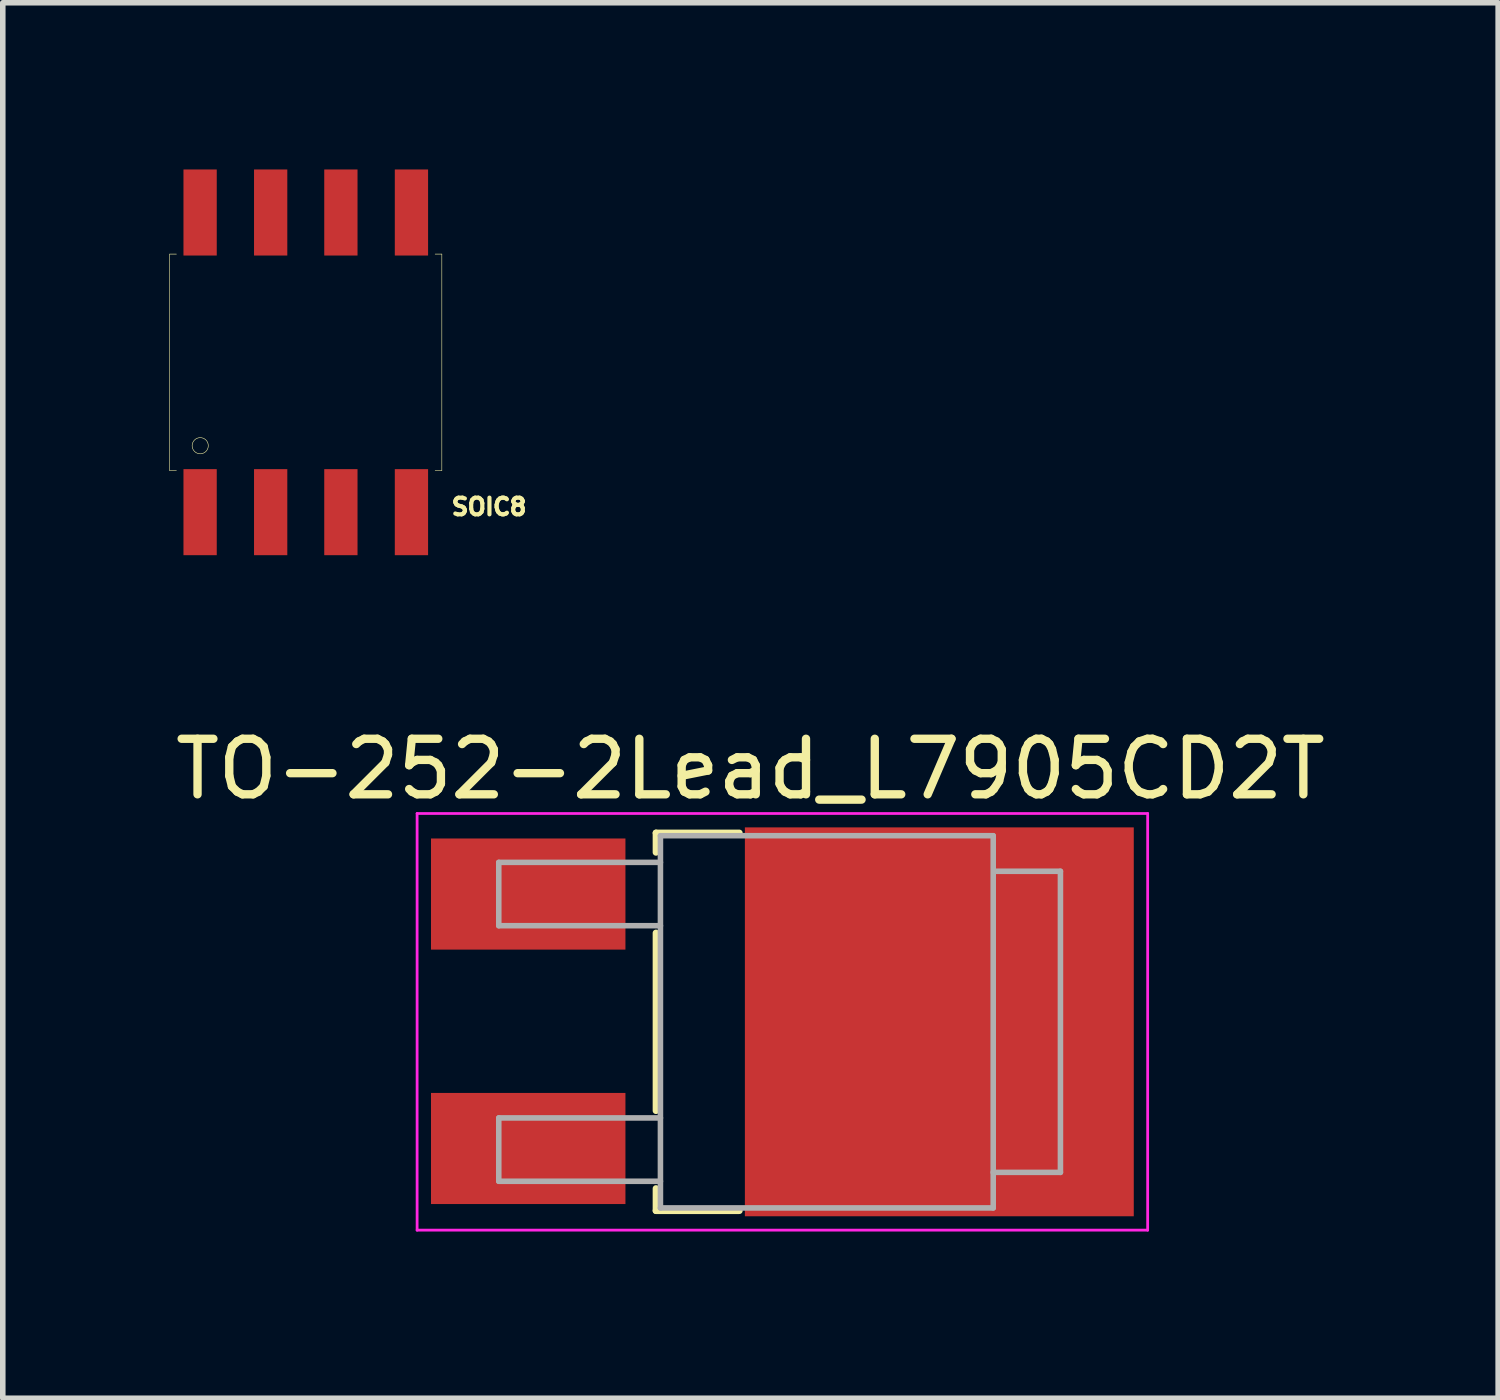
<source format=kicad_pcb>
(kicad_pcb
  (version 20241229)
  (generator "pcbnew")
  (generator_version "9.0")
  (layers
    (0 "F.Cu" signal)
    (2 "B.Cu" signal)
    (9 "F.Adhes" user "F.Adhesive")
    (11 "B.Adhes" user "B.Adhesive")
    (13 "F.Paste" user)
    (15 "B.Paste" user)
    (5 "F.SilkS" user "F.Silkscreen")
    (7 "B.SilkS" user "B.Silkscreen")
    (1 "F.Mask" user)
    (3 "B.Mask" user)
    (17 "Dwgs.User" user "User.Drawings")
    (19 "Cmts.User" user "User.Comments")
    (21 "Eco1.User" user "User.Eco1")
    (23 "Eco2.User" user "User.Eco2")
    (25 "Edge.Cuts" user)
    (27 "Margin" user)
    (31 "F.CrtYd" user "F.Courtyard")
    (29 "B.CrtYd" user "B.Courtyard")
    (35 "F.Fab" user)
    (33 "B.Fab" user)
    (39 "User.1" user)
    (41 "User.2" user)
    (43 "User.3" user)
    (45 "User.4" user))
  (footprint "TO-252-2Lead_L7905CD2T"
    (layer "F.Cu")
    (at 10.158 15.333)
    (property "Reference" "TO-252-2Lead_L7905CD2T" (at 0.3 -4.54 0) (layer "F.SilkS") (effects (font (size 1 1) (thickness 0.15))))
    (attr smd)
    (fp_line (start -1.4 -3.39) (end 0.1 -3.39) (stroke (width 0.12) (type solid)) (layer "F.SilkS"))
    (fp_line (start -1.4 -3.04) (end -1.4 -3.39) (stroke (width 0.12) (type solid)) (layer "F.SilkS"))
    (fp_line (start -1.4 1.61) (end -1.4 -1.59) (stroke (width 0.12) (type solid)) (layer "F.SilkS"))
    (fp_line (start -1.4 3.41) (end -1.4 3.01) (stroke (width 0.12) (type solid)) (layer "F.SilkS"))
    (fp_line (start 0.1 3.41) (end -1.4 3.41) (stroke (width 0.12) (type solid)) (layer "F.SilkS"))
    (fp_line (start -5.7 3.76) (end -5.7 -3.74) (stroke (width 0.05) (type solid)) (layer "F.CrtYd"))
    (fp_line (start -5.7 3.76) (end 7.45 3.76) (stroke (width 0.05) (type solid)) (layer "F.CrtYd"))
    (fp_line (start 7.45 -3.74) (end -5.7 -3.74) (stroke (width 0.05) (type solid)) (layer "F.CrtYd"))
    (fp_line (start 7.45 -3.74) (end 7.45 3.76) (stroke (width 0.05) (type solid)) (layer "F.CrtYd"))
    (fp_line (start -4.23 -2.86) (end -4.23 -1.72) (stroke (width 0.1) (type solid)) (layer "F.Fab"))
    (fp_line (start -4.23 -1.72) (end -1.32 -1.72) (stroke (width 0.1) (type solid)) (layer "F.Fab"))
    (fp_line (start -4.23 1.74) (end -4.23 2.88) (stroke (width 0.1) (type solid)) (layer "F.Fab"))
    (fp_line (start -4.23 2.88) (end -1.32 2.88) (stroke (width 0.1) (type solid)) (layer "F.Fab"))
    (fp_line (start -1.32 -2.86) (end -4.23 -2.86) (stroke (width 0.1) (type solid)) (layer "F.Fab"))
    (fp_line (start -1.32 1.74) (end -4.23 1.74) (stroke (width 0.1) (type solid)) (layer "F.Fab"))
    (fp_line (start -1.32 3.36) (end -1.32 -3.34) (stroke (width 0.1) (type solid)) (layer "F.Fab"))
    (fp_line (start -1.32 3.36) (end 4.67 3.36) (stroke (width 0.1) (type solid)) (layer "F.Fab"))
    (fp_line (start 4.67 -3.34) (end -1.32 -3.34) (stroke (width 0.1) (type solid)) (layer "F.Fab"))
    (fp_line (start 4.67 3.36) (end 4.67 -3.34) (stroke (width 0.1) (type solid)) (layer "F.Fab"))
    (fp_line (start 4.68 -2.7) (end 5.88 -2.7) (stroke (width 0.1) (type solid)) (layer "F.Fab"))
    (fp_line (start 5.88 -2.7) (end 5.88 2.72) (stroke (width 0.1) (type solid)) (layer "F.Fab"))
    (fp_line (start 5.88 2.72) (end 4.67 2.72) (stroke (width 0.1) (type solid)) (layer "F.Fab"))
    (pad "1" smd rect (at 3.7 0.01 270) (size 7 7) (layers "F.Cu" "F.Mask" "F.Paste"))
    (pad "2" smd rect (at -3.7 -2.29 270) (size 2 3.5) (layers "F.Cu" "F.Mask" "F.Paste"))
    (pad "3" smd rect (at -3.7 2.29 270) (size 2 3.5) (layers "F.Cu" "F.Mask" "F.Paste")))
  (footprint "SOIC8"
    (layer "F.Cu")
    (at 2.454 3.472)
    (property "Reference" "SOIC8" (at 3.299 2.601 0) (layer "F.SilkS") (effects (font (size 0.3 0.3) (thickness 0.076))))
    (attr through_hole)
    (fp_line (start -2.449 -1.948) (end -2.449 1.948) (stroke (width 0.01) (type solid)) (layer "F.SilkS"))
    (fp_line (start -2.449 -1.948) (end -2.329 -1.948) (stroke (width 0.01) (type solid)) (layer "F.SilkS"))
    (fp_line (start -2.449 1.948) (end -2.329 1.948) (stroke (width 0.01) (type solid)) (layer "F.SilkS"))
    (fp_line (start 2.329 -1.948) (end 2.449 -1.948) (stroke (width 0.01) (type solid)) (layer "F.SilkS"))
    (fp_line (start 2.329 1.948) (end 2.449 1.948) (stroke (width 0.01) (type solid)) (layer "F.SilkS"))
    (fp_line (start 2.449 -1.948) (end 2.449 1.948) (stroke (width 0.01) (type solid)) (layer "F.SilkS"))
    (fp_circle (center -1.9 1.501) (end -1.826 1.626) (stroke (width 0.01) (type solid)) (fill no) (layer "F.SilkS"))
    (pad "1" smd rect (at -1.902 2.697 180) (size 0.599 1.549) (layers "F.Cu" "F.Mask" "F.Paste"))
    (pad "2" smd rect (at -0.632 2.697 180) (size 0.599 1.549) (layers "F.Cu" "F.Mask" "F.Paste"))
    (pad "3" smd rect (at 0.632 2.697 180) (size 0.599 1.549) (layers "F.Cu" "F.Mask" "F.Paste"))
    (pad "4" smd rect (at 1.902 2.697 180) (size 0.599 1.549) (layers "F.Cu" "F.Mask" "F.Paste"))
    (pad "5" smd rect (at 1.902 -2.697) (size 0.599 1.549) (layers "F.Cu" "F.Mask" "F.Paste"))
    (pad "6" smd rect (at 0.632 -2.697) (size 0.599 1.549) (layers "F.Cu" "F.Mask" "F.Paste"))
    (pad "7" smd rect (at -0.632 -2.697) (size 0.599 1.549) (layers "F.Cu" "F.Mask" "F.Paste"))
    (pad "8" smd rect (at -1.902 -2.697) (size 0.599 1.549) (layers "F.Cu" "F.Mask" "F.Paste")))
  (gr_rect
    (start -3 -3)
    (end 23.917 22.118)
    (stroke (width 0.1) (type default))
    (fill no)
    (layer "Edge.Cuts")))
</source>
